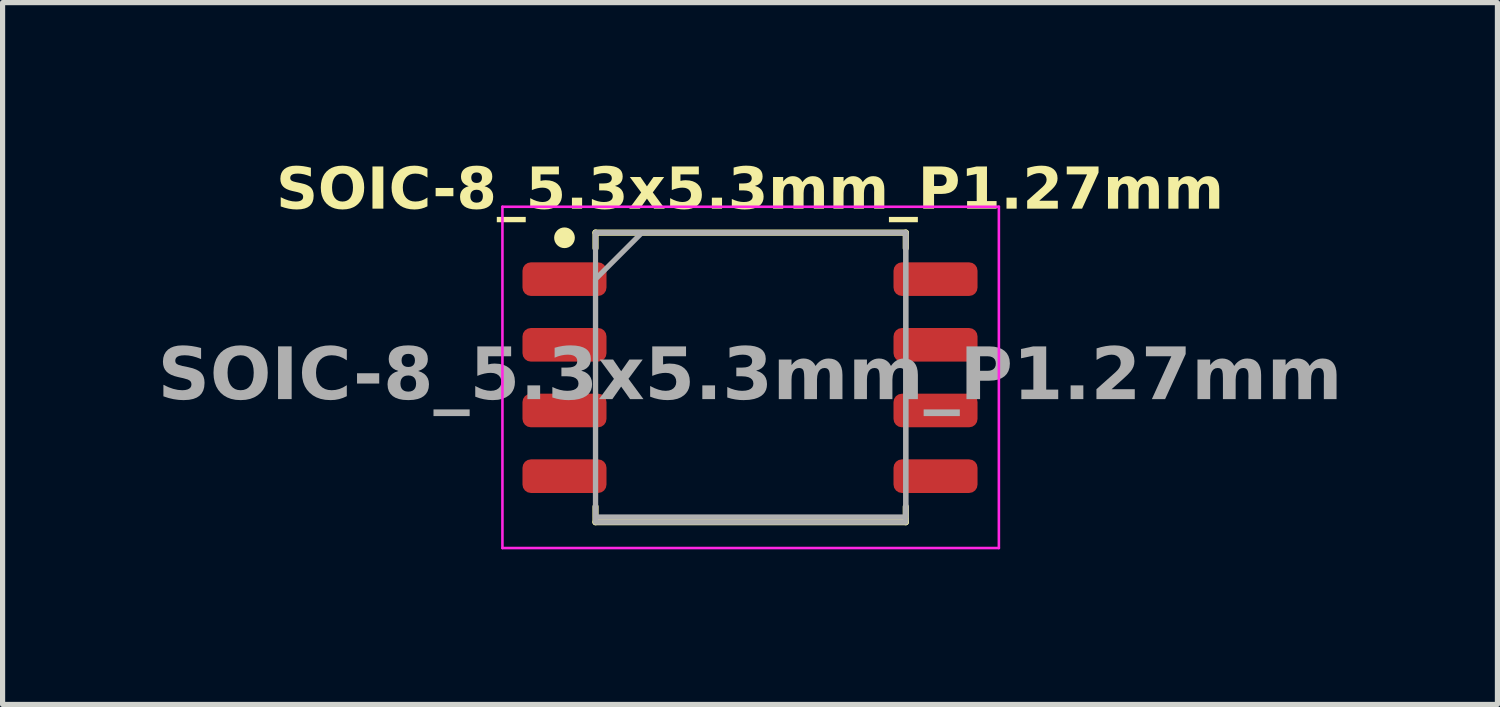
<source format=kicad_pcb>
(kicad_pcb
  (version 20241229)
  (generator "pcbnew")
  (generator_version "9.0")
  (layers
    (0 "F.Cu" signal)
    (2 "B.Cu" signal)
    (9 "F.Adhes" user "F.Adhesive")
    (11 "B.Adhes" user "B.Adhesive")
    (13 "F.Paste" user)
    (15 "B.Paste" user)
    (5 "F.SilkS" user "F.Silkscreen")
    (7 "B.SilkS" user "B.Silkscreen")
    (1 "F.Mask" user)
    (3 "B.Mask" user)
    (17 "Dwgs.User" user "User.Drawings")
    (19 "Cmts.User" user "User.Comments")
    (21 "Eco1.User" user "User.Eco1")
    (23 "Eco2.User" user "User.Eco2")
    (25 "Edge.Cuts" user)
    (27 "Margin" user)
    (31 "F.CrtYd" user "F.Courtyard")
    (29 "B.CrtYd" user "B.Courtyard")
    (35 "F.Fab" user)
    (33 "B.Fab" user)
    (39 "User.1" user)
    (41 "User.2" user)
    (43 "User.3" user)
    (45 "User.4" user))
  (footprint "SOIC-8_5.3x5.3mm_P1.27mm"
    (layer "F.Cu")
    (at 11.441 4.248)
    (property "Reference" "SOIC-8_5.3x5.3mm_P1.27mm" (at 0.013 -3.595 0) (layer "F.SilkS") (effects (font (face "JetBrains Mono SemiBold") (size 0.8 0.8) (thickness 0.1))))
    (attr smd)
    (fp_line (start -2.975 -2.8) (end 3.025 -2.8) (stroke (width 0.12) (type solid)) (layer "F.SilkS"))
    (fp_line (start -2.975 -2.5) (end -2.975 -2.8) (stroke (width 0.12) (type solid)) (layer "F.SilkS"))
    (fp_line (start -2.975 2.8) (end -2.975 2.5) (stroke (width 0.12) (type solid)) (layer "F.SilkS"))
    (fp_line (start 3.025 -2.8) (end 3.025 -2.5) (stroke (width 0.12) (type solid)) (layer "F.SilkS"))
    (fp_line (start 3.025 2.5) (end 3.025 2.8) (stroke (width 0.12) (type solid)) (layer "F.SilkS"))
    (fp_line (start 3.025 2.8) (end -2.975 2.8) (stroke (width 0.12) (type solid)) (layer "F.SilkS"))
    (fp_circle (center -3.575 -2.7) (end -3.575 -2.55) (stroke (width 0.1) (type default)) (fill yes) (layer "F.SilkS"))
    (fp_line (start -4.775 -3.3) (end 4.825 -3.3) (stroke (width 0.05) (type solid)) (layer "F.CrtYd"))
    (fp_line (start -4.775 3.3) (end -4.775 -3.3) (stroke (width 0.05) (type solid)) (layer "F.CrtYd"))
    (fp_line (start 4.825 -3.3) (end 4.825 3.3) (stroke (width 0.05) (type solid)) (layer "F.CrtYd"))
    (fp_line (start 4.825 3.3) (end -4.775 3.3) (stroke (width 0.05) (type solid)) (layer "F.CrtYd"))
    (fp_rect (start -2.975 -2.8) (end 3.025 2.8) (stroke (width 0.1) (type default)) (fill no) (layer "F.Fab"))
    (fp_poly (pts (xy -2.975 -1.9) (xy -2.975 2.7) (xy 3.025 2.7) (xy 3.025 -2.8) (xy -2.075 -2.8)) (stroke (width 0.1) (type solid)) (fill no) (layer "F.Fab"))
    (fp_text user "${REFERENCE}" (at 0.013 0.005 0) (layer "F.Fab") (effects (font (face "JetBrains Mono SemiBold") (size 1 1) (thickness 0.15))))
    (pad "1" smd roundrect (at -3.575 -1.9) (size 1.625 0.65) (layers "F.Cu" "F.Mask" "F.Paste") (roundrect_rratio 0.25))
    (pad "2" smd roundrect (at -3.575 -0.63) (size 1.625 0.65) (layers "F.Cu" "F.Mask" "F.Paste") (roundrect_rratio 0.25))
    (pad "3" smd roundrect (at -3.575 0.64) (size 1.625 0.65) (layers "F.Cu" "F.Mask" "F.Paste") (roundrect_rratio 0.25))
    (pad "4" smd roundrect (at -3.575 1.91) (size 1.625 0.65) (layers "F.Cu" "F.Mask" "F.Paste") (roundrect_rratio 0.25))
    (pad "5" smd roundrect (at 3.6 1.91) (size 1.625 0.65) (layers "F.Cu" "F.Mask" "F.Paste") (roundrect_rratio 0.25))
    (pad "6" smd roundrect (at 3.6 0.64) (size 1.625 0.65) (layers "F.Cu" "F.Mask" "F.Paste") (roundrect_rratio 0.25))
    (pad "7" smd roundrect (at 3.6 -0.63) (size 1.625 0.65) (layers "F.Cu" "F.Mask" "F.Paste") (roundrect_rratio 0.25))
    (pad "8" smd roundrect (at 3.6 -1.9) (size 1.625 0.65) (layers "F.Cu" "F.Mask" "F.Paste") (roundrect_rratio 0.25)))
  (gr_rect
    (start -3 -3)
    (end 25.907 10.573)
    (stroke (width 0.1) (type default))
    (fill no)
    (layer "Edge.Cuts")))
</source>
